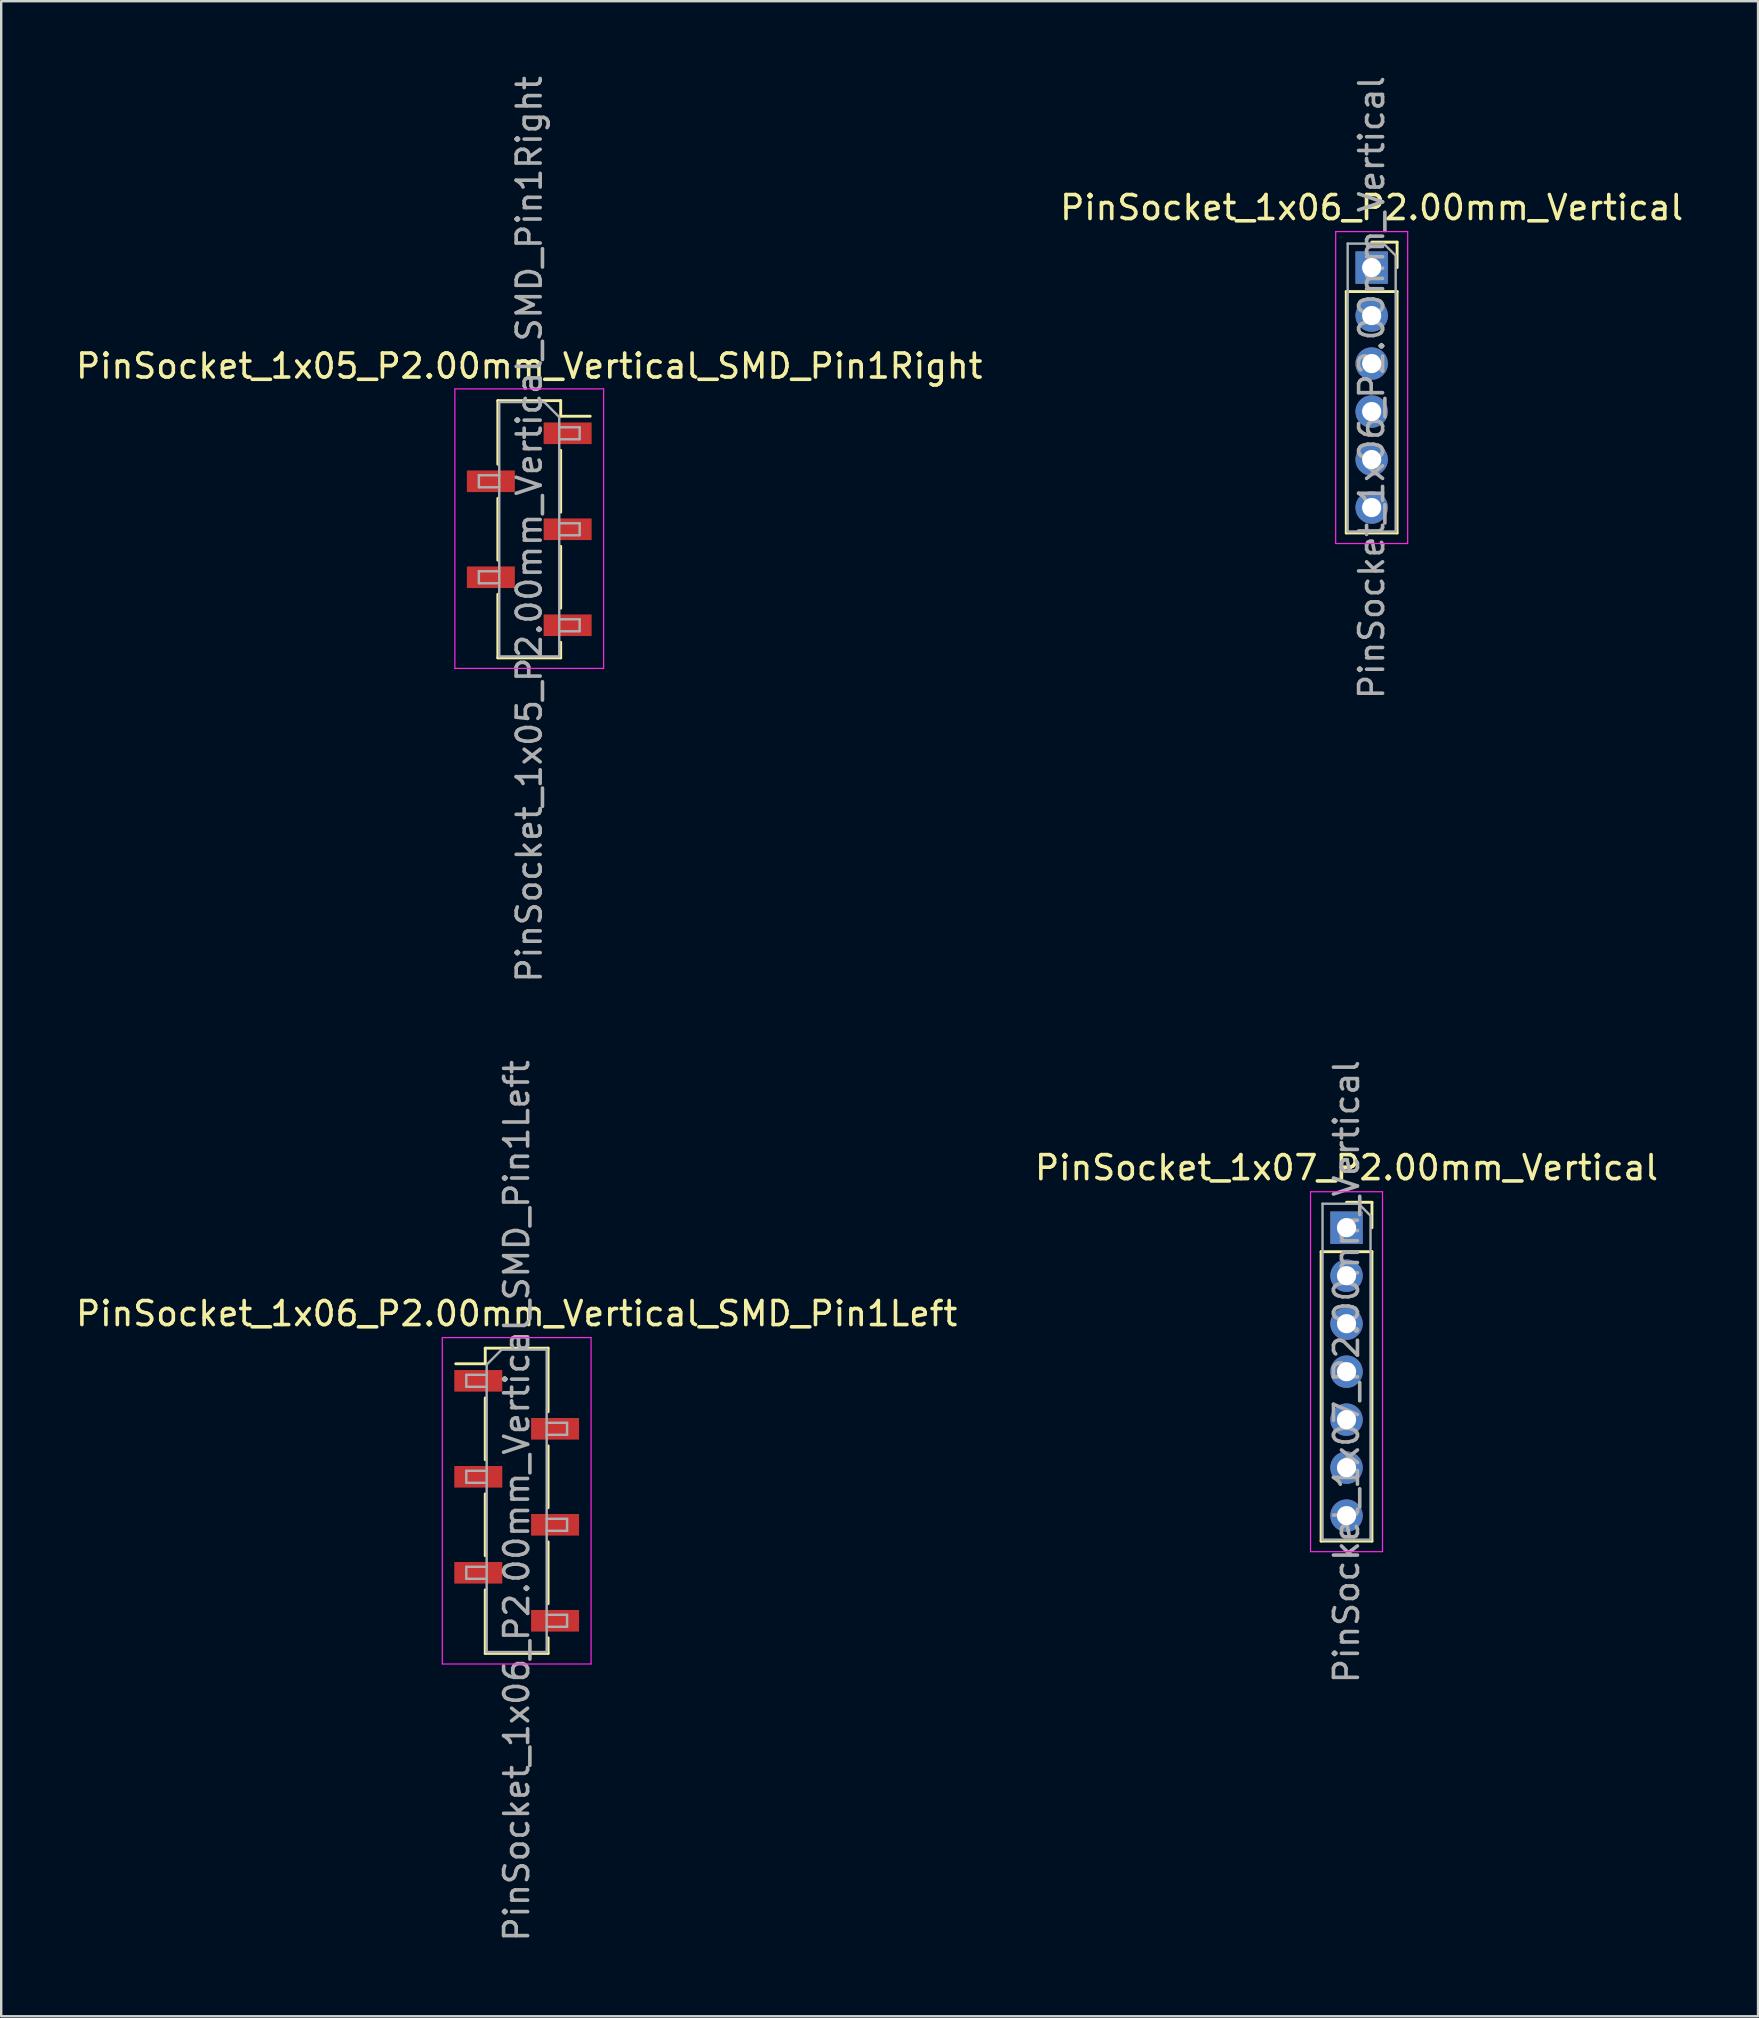
<source format=kicad_pcb>
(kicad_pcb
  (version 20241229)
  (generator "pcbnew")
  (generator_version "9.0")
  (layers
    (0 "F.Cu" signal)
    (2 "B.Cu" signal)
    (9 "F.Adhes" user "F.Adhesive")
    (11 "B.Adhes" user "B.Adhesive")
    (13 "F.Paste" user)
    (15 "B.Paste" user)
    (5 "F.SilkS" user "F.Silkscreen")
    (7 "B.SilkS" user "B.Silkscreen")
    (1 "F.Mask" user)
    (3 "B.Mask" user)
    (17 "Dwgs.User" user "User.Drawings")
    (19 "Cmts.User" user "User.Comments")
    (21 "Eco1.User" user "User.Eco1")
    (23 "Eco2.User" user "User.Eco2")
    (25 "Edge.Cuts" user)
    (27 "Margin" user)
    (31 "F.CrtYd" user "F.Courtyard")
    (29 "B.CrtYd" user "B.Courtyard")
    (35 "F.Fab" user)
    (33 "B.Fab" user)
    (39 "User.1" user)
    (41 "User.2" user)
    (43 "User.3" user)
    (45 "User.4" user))
  (footprint "PinSocket_1x05_P2.00mm_Vertical_SMD_Pin1Right"
    (layer "F.Cu")
    (at 19.006 19.006)
    (property "Reference" "PinSocket_1x05_P2.00mm_Vertical_SMD_Pin1Right" (at 0 -6.8 0) (layer "F.SilkS") (effects (font (size 1 1) (thickness 0.15))))
    (attr smd)
    (fp_line (start -1.31 -5.36) (end -1.31 -2.71) (stroke (width 0.12) (type solid)) (layer "F.SilkS"))
    (fp_line (start -1.31 -5.36) (end 1.31 -5.36) (stroke (width 0.12) (type solid)) (layer "F.SilkS"))
    (fp_line (start -1.31 -1.29) (end -1.31 1.29) (stroke (width 0.12) (type solid)) (layer "F.SilkS"))
    (fp_line (start -1.31 2.71) (end -1.31 5.36) (stroke (width 0.12) (type solid)) (layer "F.SilkS"))
    (fp_line (start -1.31 5.36) (end 1.31 5.36) (stroke (width 0.12) (type solid)) (layer "F.SilkS"))
    (fp_line (start 1.31 -5.36) (end 1.31 -4.71) (stroke (width 0.12) (type solid)) (layer "F.SilkS"))
    (fp_line (start 1.31 -4.71) (end 2.54 -4.71) (stroke (width 0.12) (type solid)) (layer "F.SilkS"))
    (fp_line (start 1.31 -3.29) (end 1.31 -0.71) (stroke (width 0.12) (type solid)) (layer "F.SilkS"))
    (fp_line (start 1.31 0.71) (end 1.31 3.29) (stroke (width 0.12) (type solid)) (layer "F.SilkS"))
    (fp_line (start 1.31 4.71) (end 1.31 5.36) (stroke (width 0.12) (type solid)) (layer "F.SilkS"))
    (fp_line (start -3.1 -5.85) (end 3.1 -5.85) (stroke (width 0.05) (type solid)) (layer "F.CrtYd"))
    (fp_line (start -3.1 5.8) (end -3.1 -5.85) (stroke (width 0.05) (type solid)) (layer "F.CrtYd"))
    (fp_line (start 3.1 -5.85) (end 3.1 5.8) (stroke (width 0.05) (type solid)) (layer "F.CrtYd"))
    (fp_line (start 3.1 5.8) (end -3.1 5.8) (stroke (width 0.05) (type solid)) (layer "F.CrtYd"))
    (fp_line (start -2.1 -2.25) (end -1.25 -2.25) (stroke (width 0.1) (type solid)) (layer "F.Fab"))
    (fp_line (start -2.1 -1.75) (end -2.1 -2.25) (stroke (width 0.1) (type solid)) (layer "F.Fab"))
    (fp_line (start -2.1 1.75) (end -1.25 1.75) (stroke (width 0.1) (type solid)) (layer "F.Fab"))
    (fp_line (start -2.1 2.25) (end -2.1 1.75) (stroke (width 0.1) (type solid)) (layer "F.Fab"))
    (fp_line (start -1.25 -5.3) (end 0.625 -5.3) (stroke (width 0.1) (type solid)) (layer "F.Fab"))
    (fp_line (start -1.25 -1.75) (end -2.1 -1.75) (stroke (width 0.1) (type solid)) (layer "F.Fab"))
    (fp_line (start -1.25 2.25) (end -2.1 2.25) (stroke (width 0.1) (type solid)) (layer "F.Fab"))
    (fp_line (start -1.25 5.3) (end -1.25 -5.3) (stroke (width 0.1) (type solid)) (layer "F.Fab"))
    (fp_line (start 0.625 -5.3) (end 1.25 -4.675) (stroke (width 0.1) (type solid)) (layer "F.Fab"))
    (fp_line (start 1.25 -4.675) (end 1.25 5.3) (stroke (width 0.1) (type solid)) (layer "F.Fab"))
    (fp_line (start 1.25 -4.25) (end 2.1 -4.25) (stroke (width 0.1) (type solid)) (layer "F.Fab"))
    (fp_line (start 1.25 -0.25) (end 2.1 -0.25) (stroke (width 0.1) (type solid)) (layer "F.Fab"))
    (fp_line (start 1.25 3.75) (end 2.1 3.75) (stroke (width 0.1) (type solid)) (layer "F.Fab"))
    (fp_line (start 1.25 5.3) (end -1.25 5.3) (stroke (width 0.1) (type solid)) (layer "F.Fab"))
    (fp_line (start 2.1 -4.25) (end 2.1 -3.75) (stroke (width 0.1) (type solid)) (layer "F.Fab"))
    (fp_line (start 2.1 -3.75) (end 1.25 -3.75) (stroke (width 0.1) (type solid)) (layer "F.Fab"))
    (fp_line (start 2.1 -0.25) (end 2.1 0.25) (stroke (width 0.1) (type solid)) (layer "F.Fab"))
    (fp_line (start 2.1 0.25) (end 1.25 0.25) (stroke (width 0.1) (type solid)) (layer "F.Fab"))
    (fp_line (start 2.1 3.75) (end 2.1 4.25) (stroke (width 0.1) (type solid)) (layer "F.Fab"))
    (fp_line (start 2.1 4.25) (end 1.25 4.25) (stroke (width 0.1) (type solid)) (layer "F.Fab"))
    (fp_text user "${REFERENCE}" (at 0 0 90) (layer "F.Fab") (effects (font (size 1 1) (thickness 0.15))))
    (pad "1" smd rect (at 1.6 -4) (size 2 0.9) (layers "F.Cu" "F.Mask" "F.Paste"))
    (pad "2" smd rect (at -1.6 -2) (size 2 0.9) (layers "F.Cu" "F.Mask" "F.Paste"))
    (pad "3" smd rect (at 1.6 0) (size 2 0.9) (layers "F.Cu" "F.Mask" "F.Paste"))
    (pad "4" smd rect (at -1.6 2) (size 2 0.9) (layers "F.Cu" "F.Mask" "F.Paste"))
    (pad "5" smd rect (at 1.6 4) (size 2 0.9) (layers "F.Cu" "F.Mask" "F.Paste")))
  (footprint "PinSocket_1x06_P2.00mm_Vertical_SMD_Pin1Left"
    (layer "F.Cu")
    (at 18.482 59.494)
    (property "Reference" "PinSocket_1x06_P2.00mm_Vertical_SMD_Pin1Left" (at 0 -7.8 0) (layer "F.SilkS") (effects (font (size 1 1) (thickness 0.15))))
    (attr smd)
    (fp_line (start -2.54 -5.71) (end -1.31 -5.71) (stroke (width 0.12) (type solid)) (layer "F.SilkS"))
    (fp_line (start -1.31 -6.36) (end -1.31 -5.71) (stroke (width 0.12) (type solid)) (layer "F.SilkS"))
    (fp_line (start -1.31 -6.36) (end 1.31 -6.36) (stroke (width 0.12) (type solid)) (layer "F.SilkS"))
    (fp_line (start -1.31 -4.29) (end -1.31 -1.71) (stroke (width 0.12) (type solid)) (layer "F.SilkS"))
    (fp_line (start -1.31 -0.29) (end -1.31 2.29) (stroke (width 0.12) (type solid)) (layer "F.SilkS"))
    (fp_line (start -1.31 3.71) (end -1.31 6.36) (stroke (width 0.12) (type solid)) (layer "F.SilkS"))
    (fp_line (start -1.31 6.36) (end 1.31 6.36) (stroke (width 0.12) (type solid)) (layer "F.SilkS"))
    (fp_line (start 1.31 -6.36) (end 1.31 -3.71) (stroke (width 0.12) (type solid)) (layer "F.SilkS"))
    (fp_line (start 1.31 -2.29) (end 1.31 0.29) (stroke (width 0.12) (type solid)) (layer "F.SilkS"))
    (fp_line (start 1.31 1.71) (end 1.31 4.29) (stroke (width 0.12) (type solid)) (layer "F.SilkS"))
    (fp_line (start 1.31 5.71) (end 1.31 6.36) (stroke (width 0.12) (type solid)) (layer "F.SilkS"))
    (fp_line (start -3.1 -6.8) (end 3.1 -6.8) (stroke (width 0.05) (type solid)) (layer "F.CrtYd"))
    (fp_line (start -3.1 6.8) (end -3.1 -6.8) (stroke (width 0.05) (type solid)) (layer "F.CrtYd"))
    (fp_line (start 3.1 -6.8) (end 3.1 6.8) (stroke (width 0.05) (type solid)) (layer "F.CrtYd"))
    (fp_line (start 3.1 6.8) (end -3.1 6.8) (stroke (width 0.05) (type solid)) (layer "F.CrtYd"))
    (fp_line (start -2.1 -5.25) (end -1.25 -5.25) (stroke (width 0.1) (type solid)) (layer "F.Fab"))
    (fp_line (start -2.1 -4.75) (end -2.1 -5.25) (stroke (width 0.1) (type solid)) (layer "F.Fab"))
    (fp_line (start -2.1 -1.25) (end -1.25 -1.25) (stroke (width 0.1) (type solid)) (layer "F.Fab"))
    (fp_line (start -2.1 -0.75) (end -2.1 -1.25) (stroke (width 0.1) (type solid)) (layer "F.Fab"))
    (fp_line (start -2.1 2.75) (end -1.25 2.75) (stroke (width 0.1) (type solid)) (layer "F.Fab"))
    (fp_line (start -2.1 3.25) (end -2.1 2.75) (stroke (width 0.1) (type solid)) (layer "F.Fab"))
    (fp_line (start -1.25 -5.675) (end -0.625 -6.3) (stroke (width 0.1) (type solid)) (layer "F.Fab"))
    (fp_line (start -1.25 -4.75) (end -2.1 -4.75) (stroke (width 0.1) (type solid)) (layer "F.Fab"))
    (fp_line (start -1.25 -0.75) (end -2.1 -0.75) (stroke (width 0.1) (type solid)) (layer "F.Fab"))
    (fp_line (start -1.25 3.25) (end -2.1 3.25) (stroke (width 0.1) (type solid)) (layer "F.Fab"))
    (fp_line (start -1.25 6.3) (end -1.25 -5.675) (stroke (width 0.1) (type solid)) (layer "F.Fab"))
    (fp_line (start -0.625 -6.3) (end 1.25 -6.3) (stroke (width 0.1) (type solid)) (layer "F.Fab"))
    (fp_line (start 1.25 -6.3) (end 1.25 6.3) (stroke (width 0.1) (type solid)) (layer "F.Fab"))
    (fp_line (start 1.25 -3.25) (end 2.1 -3.25) (stroke (width 0.1) (type solid)) (layer "F.Fab"))
    (fp_line (start 1.25 0.75) (end 2.1 0.75) (stroke (width 0.1) (type solid)) (layer "F.Fab"))
    (fp_line (start 1.25 4.75) (end 2.1 4.75) (stroke (width 0.1) (type solid)) (layer "F.Fab"))
    (fp_line (start 1.25 6.3) (end -1.25 6.3) (stroke (width 0.1) (type solid)) (layer "F.Fab"))
    (fp_line (start 2.1 -3.25) (end 2.1 -2.75) (stroke (width 0.1) (type solid)) (layer "F.Fab"))
    (fp_line (start 2.1 -2.75) (end 1.25 -2.75) (stroke (width 0.1) (type solid)) (layer "F.Fab"))
    (fp_line (start 2.1 0.75) (end 2.1 1.25) (stroke (width 0.1) (type solid)) (layer "F.Fab"))
    (fp_line (start 2.1 1.25) (end 1.25 1.25) (stroke (width 0.1) (type solid)) (layer "F.Fab"))
    (fp_line (start 2.1 4.75) (end 2.1 5.25) (stroke (width 0.1) (type solid)) (layer "F.Fab"))
    (fp_line (start 2.1 5.25) (end 1.25 5.25) (stroke (width 0.1) (type solid)) (layer "F.Fab"))
    (fp_text user "${REFERENCE}" (at 0 0 90) (layer "F.Fab") (effects (font (size 1 1) (thickness 0.15))))
    (pad "1" smd rect (at -1.6 -5) (size 2 0.9) (layers "F.Cu" "F.Mask" "F.Paste"))
    (pad "2" smd rect (at 1.6 -3) (size 2 0.9) (layers "F.Cu" "F.Mask" "F.Paste"))
    (pad "3" smd rect (at -1.6 -1) (size 2 0.9) (layers "F.Cu" "F.Mask" "F.Paste"))
    (pad "4" smd rect (at 1.6 1) (size 2 0.9) (layers "F.Cu" "F.Mask" "F.Paste"))
    (pad "5" smd rect (at -1.6 3) (size 2 0.9) (layers "F.Cu" "F.Mask" "F.Paste"))
    (pad "6" smd rect (at 1.6 5) (size 2 0.9) (layers "F.Cu" "F.Mask" "F.Paste")))
  (footprint "PinSocket_1x06_P2.00mm_Vertical"
    (layer "F.Cu")
    (at 54.113 8.101)
    (property "Reference" "PinSocket_1x06_P2.00mm_Vertical" (at 0 -2.5 0) (layer "F.SilkS") (effects (font (size 1 1) (thickness 0.15))))
    (attr through_hole)
    (fp_line (start -1.06 1) (end -1.06 11.06) (stroke (width 0.12) (type solid)) (layer "F.SilkS"))
    (fp_line (start -1.06 1) (end 1.06 1) (stroke (width 0.12) (type solid)) (layer "F.SilkS"))
    (fp_line (start -1.06 11.06) (end 1.06 11.06) (stroke (width 0.12) (type solid)) (layer "F.SilkS"))
    (fp_line (start 0 -1.06) (end 1.06 -1.06) (stroke (width 0.12) (type solid)) (layer "F.SilkS"))
    (fp_line (start 1.06 -1.06) (end 1.06 0) (stroke (width 0.12) (type solid)) (layer "F.SilkS"))
    (fp_line (start 1.06 1) (end 1.06 11.06) (stroke (width 0.12) (type solid)) (layer "F.SilkS"))
    (fp_line (start -1.5 -1.5) (end 1.5 -1.5) (stroke (width 0.05) (type solid)) (layer "F.CrtYd"))
    (fp_line (start -1.5 11.5) (end -1.5 -1.5) (stroke (width 0.05) (type solid)) (layer "F.CrtYd"))
    (fp_line (start 1.5 -1.5) (end 1.5 11.5) (stroke (width 0.05) (type solid)) (layer "F.CrtYd"))
    (fp_line (start 1.5 11.5) (end -1.5 11.5) (stroke (width 0.05) (type solid)) (layer "F.CrtYd"))
    (fp_line (start -1 -1) (end 0.5 -1) (stroke (width 0.1) (type solid)) (layer "F.Fab"))
    (fp_line (start -1 11) (end -1 -1) (stroke (width 0.1) (type solid)) (layer "F.Fab"))
    (fp_line (start 0.5 -1) (end 1 -0.5) (stroke (width 0.1) (type solid)) (layer "F.Fab"))
    (fp_line (start 1 -0.5) (end 1 11) (stroke (width 0.1) (type solid)) (layer "F.Fab"))
    (fp_line (start 1 11) (end -1 11) (stroke (width 0.1) (type solid)) (layer "F.Fab"))
    (fp_text user "${REFERENCE}" (at 0 5 90) (layer "F.Fab") (effects (font (size 1 1) (thickness 0.15))))
    (pad "1" thru_hole rect (at 0 0) (size 1.35 1.35) (drill 0.8) (layers "*.Cu" "*.Mask"))
    (pad "2" thru_hole oval (at 0 2) (size 1.35 1.35) (drill 0.8) (layers "*.Cu" "*.Mask"))
    (pad "3" thru_hole oval (at 0 4) (size 1.35 1.35) (drill 0.8) (layers "*.Cu" "*.Mask"))
    (pad "4" thru_hole oval (at 0 6) (size 1.35 1.35) (drill 0.8) (layers "*.Cu" "*.Mask"))
    (pad "5" thru_hole oval (at 0 8) (size 1.35 1.35) (drill 0.8) (layers "*.Cu" "*.Mask"))
    (pad "6" thru_hole oval (at 0 10) (size 1.35 1.35) (drill 0.8) (layers "*.Cu" "*.Mask")))
  (footprint "PinSocket_1x07_P2.00mm_Vertical"
    (layer "F.Cu")
    (at 53.065 48.113)
    (property "Reference" "PinSocket_1x07_P2.00mm_Vertical" (at 0 -2.5 0) (layer "F.SilkS") (effects (font (size 1 1) (thickness 0.15))))
    (attr through_hole)
    (fp_line (start -1.06 1) (end -1.06 13.06) (stroke (width 0.12) (type solid)) (layer "F.SilkS"))
    (fp_line (start -1.06 1) (end 1.06 1) (stroke (width 0.12) (type solid)) (layer "F.SilkS"))
    (fp_line (start -1.06 13.06) (end 1.06 13.06) (stroke (width 0.12) (type solid)) (layer "F.SilkS"))
    (fp_line (start 0 -1.06) (end 1.06 -1.06) (stroke (width 0.12) (type solid)) (layer "F.SilkS"))
    (fp_line (start 1.06 -1.06) (end 1.06 0) (stroke (width 0.12) (type solid)) (layer "F.SilkS"))
    (fp_line (start 1.06 1) (end 1.06 13.06) (stroke (width 0.12) (type solid)) (layer "F.SilkS"))
    (fp_line (start -1.5 -1.5) (end 1.5 -1.5) (stroke (width 0.05) (type solid)) (layer "F.CrtYd"))
    (fp_line (start -1.5 13.5) (end -1.5 -1.5) (stroke (width 0.05) (type solid)) (layer "F.CrtYd"))
    (fp_line (start 1.5 -1.5) (end 1.5 13.5) (stroke (width 0.05) (type solid)) (layer "F.CrtYd"))
    (fp_line (start 1.5 13.5) (end -1.5 13.5) (stroke (width 0.05) (type solid)) (layer "F.CrtYd"))
    (fp_line (start -1 -1) (end 0.5 -1) (stroke (width 0.1) (type solid)) (layer "F.Fab"))
    (fp_line (start -1 13) (end -1 -1) (stroke (width 0.1) (type solid)) (layer "F.Fab"))
    (fp_line (start 0.5 -1) (end 1 -0.5) (stroke (width 0.1) (type solid)) (layer "F.Fab"))
    (fp_line (start 1 -0.5) (end 1 13) (stroke (width 0.1) (type solid)) (layer "F.Fab"))
    (fp_line (start 1 13) (end -1 13) (stroke (width 0.1) (type solid)) (layer "F.Fab"))
    (fp_text user "${REFERENCE}" (at 0 6 90) (layer "F.Fab") (effects (font (size 1 1) (thickness 0.15))))
    (pad "1" thru_hole rect (at 0 0) (size 1.35 1.35) (drill 0.8) (layers "*.Cu" "*.Mask"))
    (pad "2" thru_hole oval (at 0 2) (size 1.35 1.35) (drill 0.8) (layers "*.Cu" "*.Mask"))
    (pad "3" thru_hole oval (at 0 4) (size 1.35 1.35) (drill 0.8) (layers "*.Cu" "*.Mask"))
    (pad "4" thru_hole oval (at 0 6) (size 1.35 1.35) (drill 0.8) (layers "*.Cu" "*.Mask"))
    (pad "5" thru_hole oval (at 0 8) (size 1.35 1.35) (drill 0.8) (layers "*.Cu" "*.Mask"))
    (pad "6" thru_hole oval (at 0 10) (size 1.35 1.35) (drill 0.8) (layers "*.Cu" "*.Mask"))
    (pad "7" thru_hole oval (at 0 12) (size 1.35 1.35) (drill 0.8) (layers "*.Cu" "*.Mask")))
  (gr_rect
    (start -3 -3)
    (end 70.214 80.976)
    (stroke (width 0.1) (type default))
    (fill no)
    (layer "Edge.Cuts")))
</source>
